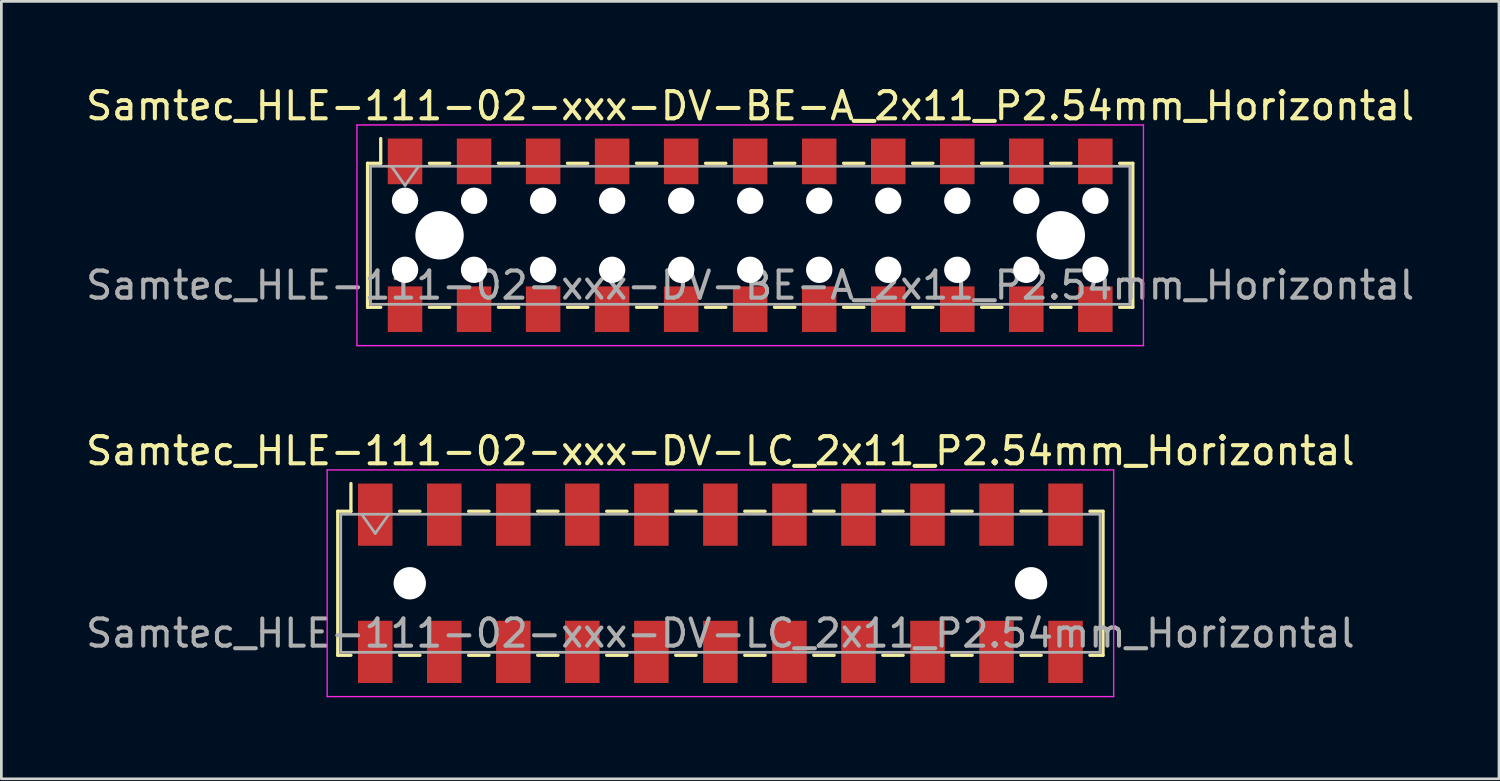
<source format=kicad_pcb>
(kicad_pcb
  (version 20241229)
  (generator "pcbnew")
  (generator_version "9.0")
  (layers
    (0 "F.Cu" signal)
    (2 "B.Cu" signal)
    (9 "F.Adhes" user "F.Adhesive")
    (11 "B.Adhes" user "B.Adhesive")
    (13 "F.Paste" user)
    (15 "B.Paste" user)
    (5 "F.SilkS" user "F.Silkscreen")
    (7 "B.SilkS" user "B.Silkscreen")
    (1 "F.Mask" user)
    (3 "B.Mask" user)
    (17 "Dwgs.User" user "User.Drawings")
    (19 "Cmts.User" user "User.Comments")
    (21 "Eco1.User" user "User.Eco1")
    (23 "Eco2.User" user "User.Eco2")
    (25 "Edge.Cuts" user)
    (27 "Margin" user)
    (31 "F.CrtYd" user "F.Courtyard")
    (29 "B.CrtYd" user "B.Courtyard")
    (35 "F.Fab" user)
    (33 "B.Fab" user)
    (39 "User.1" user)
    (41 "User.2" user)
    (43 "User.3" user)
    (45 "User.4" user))
  (footprint "Samtec_HLE-111-02-xxx-DV-BE-A_2x11_P2.54mm_Horizontal"
    (layer "F.Cu")
    (at 24.554 5.608)
    (property "Reference" "Samtec_HLE-111-02-xxx-DV-BE-A_2x11_P2.54mm_Horizontal" (at 0 -4.76 0) (layer "F.SilkS") (effects (font (size 1 1) (thickness 0.15))))
    (attr smd)
    (fp_line (start -14.08 -2.65) (end -14.08 2.65) (stroke (width 0.12) (type solid)) (layer "F.SilkS"))
    (fp_line (start -14.08 2.65) (end -13.595 2.65) (stroke (width 0.12) (type solid)) (layer "F.SilkS"))
    (fp_line (start -13.595 -3.56) (end -13.595 -2.65) (stroke (width 0.12) (type solid)) (layer "F.SilkS"))
    (fp_line (start -13.595 -2.65) (end -14.08 -2.65) (stroke (width 0.12) (type solid)) (layer "F.SilkS"))
    (fp_line (start -11.805 -2.65) (end -11.055 -2.65) (stroke (width 0.12) (type solid)) (layer "F.SilkS"))
    (fp_line (start -11.805 2.65) (end -11.055 2.65) (stroke (width 0.12) (type solid)) (layer "F.SilkS"))
    (fp_line (start -9.265 -2.65) (end -8.515 -2.65) (stroke (width 0.12) (type solid)) (layer "F.SilkS"))
    (fp_line (start -9.265 2.65) (end -8.515 2.65) (stroke (width 0.12) (type solid)) (layer "F.SilkS"))
    (fp_line (start -6.725 -2.65) (end -5.975 -2.65) (stroke (width 0.12) (type solid)) (layer "F.SilkS"))
    (fp_line (start -6.725 2.65) (end -5.975 2.65) (stroke (width 0.12) (type solid)) (layer "F.SilkS"))
    (fp_line (start -4.185 -2.65) (end -3.435 -2.65) (stroke (width 0.12) (type solid)) (layer "F.SilkS"))
    (fp_line (start -4.185 2.65) (end -3.435 2.65) (stroke (width 0.12) (type solid)) (layer "F.SilkS"))
    (fp_line (start -1.645 -2.65) (end -0.895 -2.65) (stroke (width 0.12) (type solid)) (layer "F.SilkS"))
    (fp_line (start -1.645 2.65) (end -0.895 2.65) (stroke (width 0.12) (type solid)) (layer "F.SilkS"))
    (fp_line (start 0.895 -2.65) (end 1.645 -2.65) (stroke (width 0.12) (type solid)) (layer "F.SilkS"))
    (fp_line (start 0.895 2.65) (end 1.645 2.65) (stroke (width 0.12) (type solid)) (layer "F.SilkS"))
    (fp_line (start 3.435 -2.65) (end 4.185 -2.65) (stroke (width 0.12) (type solid)) (layer "F.SilkS"))
    (fp_line (start 3.435 2.65) (end 4.185 2.65) (stroke (width 0.12) (type solid)) (layer "F.SilkS"))
    (fp_line (start 5.975 -2.65) (end 6.725 -2.65) (stroke (width 0.12) (type solid)) (layer "F.SilkS"))
    (fp_line (start 5.975 2.65) (end 6.725 2.65) (stroke (width 0.12) (type solid)) (layer "F.SilkS"))
    (fp_line (start 8.515 -2.65) (end 9.265 -2.65) (stroke (width 0.12) (type solid)) (layer "F.SilkS"))
    (fp_line (start 8.515 2.65) (end 9.265 2.65) (stroke (width 0.12) (type solid)) (layer "F.SilkS"))
    (fp_line (start 11.055 -2.65) (end 11.805 -2.65) (stroke (width 0.12) (type solid)) (layer "F.SilkS"))
    (fp_line (start 11.055 2.65) (end 11.805 2.65) (stroke (width 0.12) (type solid)) (layer "F.SilkS"))
    (fp_line (start 13.595 -2.65) (end 14.08 -2.65) (stroke (width 0.12) (type solid)) (layer "F.SilkS"))
    (fp_line (start 14.08 -2.65) (end 14.08 2.65) (stroke (width 0.12) (type solid)) (layer "F.SilkS"))
    (fp_line (start 14.08 2.65) (end 13.595 2.65) (stroke (width 0.12) (type solid)) (layer "F.SilkS"))
    (fp_line (start -14.47 -4.06) (end 14.47 -4.06) (stroke (width 0.05) (type solid)) (layer "F.CrtYd"))
    (fp_line (start -14.47 4.06) (end -14.47 -4.06) (stroke (width 0.05) (type solid)) (layer "F.CrtYd"))
    (fp_line (start 14.47 -4.06) (end 14.47 4.06) (stroke (width 0.05) (type solid)) (layer "F.CrtYd"))
    (fp_line (start 14.47 4.06) (end -14.47 4.06) (stroke (width 0.05) (type solid)) (layer "F.CrtYd"))
    (fp_line (start -13.97 -2.54) (end 13.97 -2.54) (stroke (width 0.1) (type solid)) (layer "F.Fab"))
    (fp_line (start -13.97 2.54) (end -13.97 -2.54) (stroke (width 0.1) (type solid)) (layer "F.Fab"))
    (fp_line (start -13.2 -2.54) (end -12.7 -1.833) (stroke (width 0.1) (type solid)) (layer "F.Fab"))
    (fp_line (start -12.7 -1.833) (end -12.2 -2.54) (stroke (width 0.1) (type solid)) (layer "F.Fab"))
    (fp_line (start 13.97 -2.54) (end 13.97 2.54) (stroke (width 0.1) (type solid)) (layer "F.Fab"))
    (fp_line (start 13.97 2.54) (end -13.97 2.54) (stroke (width 0.1) (type solid)) (layer "F.Fab"))
    (fp_text user "${REFERENCE}" (at 0 1.84 0) (layer "F.Fab") (effects (font (size 1 1) (thickness 0.15))))
    (pad "" np_thru_hole circle (at -12.7 -1.27) (size 0.97 0.97) (drill 0.97) (layers "*.Cu" "*.Mask"))
    (pad "" np_thru_hole circle (at -12.7 1.27) (size 0.97 0.97) (drill 0.97) (layers "*.Cu" "*.Mask"))
    (pad "" np_thru_hole circle (at -11.43 0) (size 1.78 1.78) (drill 1.78) (layers "*.Cu" "*.Mask"))
    (pad "" np_thru_hole circle (at -10.16 -1.27) (size 0.97 0.97) (drill 0.97) (layers "*.Cu" "*.Mask"))
    (pad "" np_thru_hole circle (at -10.16 1.27) (size 0.97 0.97) (drill 0.97) (layers "*.Cu" "*.Mask"))
    (pad "" np_thru_hole circle (at -7.62 -1.27) (size 0.97 0.97) (drill 0.97) (layers "*.Cu" "*.Mask"))
    (pad "" np_thru_hole circle (at -7.62 1.27) (size 0.97 0.97) (drill 0.97) (layers "*.Cu" "*.Mask"))
    (pad "" np_thru_hole circle (at -5.08 -1.27) (size 0.97 0.97) (drill 0.97) (layers "*.Cu" "*.Mask"))
    (pad "" np_thru_hole circle (at -5.08 1.27) (size 0.97 0.97) (drill 0.97) (layers "*.Cu" "*.Mask"))
    (pad "" np_thru_hole circle (at -2.54 -1.27) (size 0.97 0.97) (drill 0.97) (layers "*.Cu" "*.Mask"))
    (pad "" np_thru_hole circle (at -2.54 1.27) (size 0.97 0.97) (drill 0.97) (layers "*.Cu" "*.Mask"))
    (pad "" np_thru_hole circle (at 0 -1.27) (size 0.97 0.97) (drill 0.97) (layers "*.Cu" "*.Mask"))
    (pad "" np_thru_hole circle (at 0 1.27) (size 0.97 0.97) (drill 0.97) (layers "*.Cu" "*.Mask"))
    (pad "" np_thru_hole circle (at 2.54 -1.27) (size 0.97 0.97) (drill 0.97) (layers "*.Cu" "*.Mask"))
    (pad "" np_thru_hole circle (at 2.54 1.27) (size 0.97 0.97) (drill 0.97) (layers "*.Cu" "*.Mask"))
    (pad "" np_thru_hole circle (at 5.08 -1.27) (size 0.97 0.97) (drill 0.97) (layers "*.Cu" "*.Mask"))
    (pad "" np_thru_hole circle (at 5.08 1.27) (size 0.97 0.97) (drill 0.97) (layers "*.Cu" "*.Mask"))
    (pad "" np_thru_hole circle (at 7.62 -1.27) (size 0.97 0.97) (drill 0.97) (layers "*.Cu" "*.Mask"))
    (pad "" np_thru_hole circle (at 7.62 1.27) (size 0.97 0.97) (drill 0.97) (layers "*.Cu" "*.Mask"))
    (pad "" np_thru_hole circle (at 10.16 -1.27) (size 0.97 0.97) (drill 0.97) (layers "*.Cu" "*.Mask"))
    (pad "" np_thru_hole circle (at 10.16 1.27) (size 0.97 0.97) (drill 0.97) (layers "*.Cu" "*.Mask"))
    (pad "" np_thru_hole circle (at 11.43 0) (size 1.78 1.78) (drill 1.78) (layers "*.Cu" "*.Mask"))
    (pad "" np_thru_hole circle (at 12.7 -1.27) (size 0.97 0.97) (drill 0.97) (layers "*.Cu" "*.Mask"))
    (pad "" np_thru_hole circle (at 12.7 1.27) (size 0.97 0.97) (drill 0.97) (layers "*.Cu" "*.Mask"))
    (pad "1" smd rect (at -12.7 -2.72) (size 1.27 1.68) (layers "F.Cu" "F.Mask" "F.Paste"))
    (pad "2" smd rect (at -12.7 2.72) (size 1.27 1.68) (layers "F.Cu" "F.Mask" "F.Paste"))
    (pad "3" smd rect (at -10.16 -2.72) (size 1.27 1.68) (layers "F.Cu" "F.Mask" "F.Paste"))
    (pad "4" smd rect (at -10.16 2.72) (size 1.27 1.68) (layers "F.Cu" "F.Mask" "F.Paste"))
    (pad "5" smd rect (at -7.62 -2.72) (size 1.27 1.68) (layers "F.Cu" "F.Mask" "F.Paste"))
    (pad "6" smd rect (at -7.62 2.72) (size 1.27 1.68) (layers "F.Cu" "F.Mask" "F.Paste"))
    (pad "7" smd rect (at -5.08 -2.72) (size 1.27 1.68) (layers "F.Cu" "F.Mask" "F.Paste"))
    (pad "8" smd rect (at -5.08 2.72) (size 1.27 1.68) (layers "F.Cu" "F.Mask" "F.Paste"))
    (pad "9" smd rect (at -2.54 -2.72) (size 1.27 1.68) (layers "F.Cu" "F.Mask" "F.Paste"))
    (pad "10" smd rect (at -2.54 2.72) (size 1.27 1.68) (layers "F.Cu" "F.Mask" "F.Paste"))
    (pad "11" smd rect (at 0 -2.72) (size 1.27 1.68) (layers "F.Cu" "F.Mask" "F.Paste"))
    (pad "12" smd rect (at 0 2.72) (size 1.27 1.68) (layers "F.Cu" "F.Mask" "F.Paste"))
    (pad "13" smd rect (at 2.54 -2.72) (size 1.27 1.68) (layers "F.Cu" "F.Mask" "F.Paste"))
    (pad "14" smd rect (at 2.54 2.72) (size 1.27 1.68) (layers "F.Cu" "F.Mask" "F.Paste"))
    (pad "15" smd rect (at 5.08 -2.72) (size 1.27 1.68) (layers "F.Cu" "F.Mask" "F.Paste"))
    (pad "16" smd rect (at 5.08 2.72) (size 1.27 1.68) (layers "F.Cu" "F.Mask" "F.Paste"))
    (pad "17" smd rect (at 7.62 -2.72) (size 1.27 1.68) (layers "F.Cu" "F.Mask" "F.Paste"))
    (pad "18" smd rect (at 7.62 2.72) (size 1.27 1.68) (layers "F.Cu" "F.Mask" "F.Paste"))
    (pad "19" smd rect (at 10.16 -2.72) (size 1.27 1.68) (layers "F.Cu" "F.Mask" "F.Paste"))
    (pad "20" smd rect (at 10.16 2.72) (size 1.27 1.68) (layers "F.Cu" "F.Mask" "F.Paste"))
    (pad "21" smd rect (at 12.7 -2.72) (size 1.27 1.68) (layers "F.Cu" "F.Mask" "F.Paste"))
    (pad "22" smd rect (at 12.7 2.72) (size 1.27 1.68) (layers "F.Cu" "F.Mask" "F.Paste")))
  (footprint "Samtec_HLE-111-02-xxx-DV-LC_2x11_P2.54mm_Horizontal"
    (layer "F.Cu")
    (at 23.458 18.412)
    (property "Reference" "Samtec_HLE-111-02-xxx-DV-LC_2x11_P2.54mm_Horizontal" (at 0 -4.87 0) (layer "F.SilkS") (effects (font (size 1 1) (thickness 0.15))))
    (attr smd)
    (fp_line (start -14.08 -2.65) (end -14.08 2.65) (stroke (width 0.12) (type solid)) (layer "F.SilkS"))
    (fp_line (start -14.08 2.65) (end -13.595 2.65) (stroke (width 0.12) (type solid)) (layer "F.SilkS"))
    (fp_line (start -13.595 -3.67) (end -13.595 -2.65) (stroke (width 0.12) (type solid)) (layer "F.SilkS"))
    (fp_line (start -13.595 -2.65) (end -14.08 -2.65) (stroke (width 0.12) (type solid)) (layer "F.SilkS"))
    (fp_line (start -11.805 -2.65) (end -11.055 -2.65) (stroke (width 0.12) (type solid)) (layer "F.SilkS"))
    (fp_line (start -11.805 2.65) (end -11.055 2.65) (stroke (width 0.12) (type solid)) (layer "F.SilkS"))
    (fp_line (start -9.265 -2.65) (end -8.515 -2.65) (stroke (width 0.12) (type solid)) (layer "F.SilkS"))
    (fp_line (start -9.265 2.65) (end -8.515 2.65) (stroke (width 0.12) (type solid)) (layer "F.SilkS"))
    (fp_line (start -6.725 -2.65) (end -5.975 -2.65) (stroke (width 0.12) (type solid)) (layer "F.SilkS"))
    (fp_line (start -6.725 2.65) (end -5.975 2.65) (stroke (width 0.12) (type solid)) (layer "F.SilkS"))
    (fp_line (start -4.185 -2.65) (end -3.435 -2.65) (stroke (width 0.12) (type solid)) (layer "F.SilkS"))
    (fp_line (start -4.185 2.65) (end -3.435 2.65) (stroke (width 0.12) (type solid)) (layer "F.SilkS"))
    (fp_line (start -1.645 -2.65) (end -0.895 -2.65) (stroke (width 0.12) (type solid)) (layer "F.SilkS"))
    (fp_line (start -1.645 2.65) (end -0.895 2.65) (stroke (width 0.12) (type solid)) (layer "F.SilkS"))
    (fp_line (start 0.895 -2.65) (end 1.645 -2.65) (stroke (width 0.12) (type solid)) (layer "F.SilkS"))
    (fp_line (start 0.895 2.65) (end 1.645 2.65) (stroke (width 0.12) (type solid)) (layer "F.SilkS"))
    (fp_line (start 3.435 -2.65) (end 4.185 -2.65) (stroke (width 0.12) (type solid)) (layer "F.SilkS"))
    (fp_line (start 3.435 2.65) (end 4.185 2.65) (stroke (width 0.12) (type solid)) (layer "F.SilkS"))
    (fp_line (start 5.975 -2.65) (end 6.725 -2.65) (stroke (width 0.12) (type solid)) (layer "F.SilkS"))
    (fp_line (start 5.975 2.65) (end 6.725 2.65) (stroke (width 0.12) (type solid)) (layer "F.SilkS"))
    (fp_line (start 8.515 -2.65) (end 9.265 -2.65) (stroke (width 0.12) (type solid)) (layer "F.SilkS"))
    (fp_line (start 8.515 2.65) (end 9.265 2.65) (stroke (width 0.12) (type solid)) (layer "F.SilkS"))
    (fp_line (start 11.055 -2.65) (end 11.805 -2.65) (stroke (width 0.12) (type solid)) (layer "F.SilkS"))
    (fp_line (start 11.055 2.65) (end 11.805 2.65) (stroke (width 0.12) (type solid)) (layer "F.SilkS"))
    (fp_line (start 13.595 -2.65) (end 14.08 -2.65) (stroke (width 0.12) (type solid)) (layer "F.SilkS"))
    (fp_line (start 14.08 -2.65) (end 14.08 2.65) (stroke (width 0.12) (type solid)) (layer "F.SilkS"))
    (fp_line (start 14.08 2.65) (end 13.595 2.65) (stroke (width 0.12) (type solid)) (layer "F.SilkS"))
    (fp_line (start -14.47 -4.17) (end 14.47 -4.17) (stroke (width 0.05) (type solid)) (layer "F.CrtYd"))
    (fp_line (start -14.47 4.17) (end -14.47 -4.17) (stroke (width 0.05) (type solid)) (layer "F.CrtYd"))
    (fp_line (start 14.47 -4.17) (end 14.47 4.17) (stroke (width 0.05) (type solid)) (layer "F.CrtYd"))
    (fp_line (start 14.47 4.17) (end -14.47 4.17) (stroke (width 0.05) (type solid)) (layer "F.CrtYd"))
    (fp_line (start -13.97 -2.54) (end 13.97 -2.54) (stroke (width 0.1) (type solid)) (layer "F.Fab"))
    (fp_line (start -13.97 2.54) (end -13.97 -2.54) (stroke (width 0.1) (type solid)) (layer "F.Fab"))
    (fp_line (start -13.2 -2.54) (end -12.7 -1.833) (stroke (width 0.1) (type solid)) (layer "F.Fab"))
    (fp_line (start -12.7 -1.833) (end -12.2 -2.54) (stroke (width 0.1) (type solid)) (layer "F.Fab"))
    (fp_line (start 13.97 -2.54) (end 13.97 2.54) (stroke (width 0.1) (type solid)) (layer "F.Fab"))
    (fp_line (start 13.97 2.54) (end -13.97 2.54) (stroke (width 0.1) (type solid)) (layer "F.Fab"))
    (fp_text user "${REFERENCE}" (at 0 1.84 0) (layer "F.Fab") (effects (font (size 1 1) (thickness 0.15))))
    (pad "" np_thru_hole circle (at -11.43 0) (size 1.19 1.19) (drill 1.19) (layers "*.Cu" "*.Mask"))
    (pad "" np_thru_hole circle (at 11.43 0) (size 1.19 1.19) (drill 1.19) (layers "*.Cu" "*.Mask"))
    (pad "1" smd rect (at -12.7 -2.525) (size 1.27 2.29) (layers "F.Cu" "F.Mask" "F.Paste"))
    (pad "2" smd rect (at -12.7 2.525) (size 1.27 2.29) (layers "F.Cu" "F.Mask" "F.Paste"))
    (pad "3" smd rect (at -10.16 -2.525) (size 1.27 2.29) (layers "F.Cu" "F.Mask" "F.Paste"))
    (pad "4" smd rect (at -10.16 2.525) (size 1.27 2.29) (layers "F.Cu" "F.Mask" "F.Paste"))
    (pad "5" smd rect (at -7.62 -2.525) (size 1.27 2.29) (layers "F.Cu" "F.Mask" "F.Paste"))
    (pad "6" smd rect (at -7.62 2.525) (size 1.27 2.29) (layers "F.Cu" "F.Mask" "F.Paste"))
    (pad "7" smd rect (at -5.08 -2.525) (size 1.27 2.29) (layers "F.Cu" "F.Mask" "F.Paste"))
    (pad "8" smd rect (at -5.08 2.525) (size 1.27 2.29) (layers "F.Cu" "F.Mask" "F.Paste"))
    (pad "9" smd rect (at -2.54 -2.525) (size 1.27 2.29) (layers "F.Cu" "F.Mask" "F.Paste"))
    (pad "10" smd rect (at -2.54 2.525) (size 1.27 2.29) (layers "F.Cu" "F.Mask" "F.Paste"))
    (pad "11" smd rect (at 0 -2.525) (size 1.27 2.29) (layers "F.Cu" "F.Mask" "F.Paste"))
    (pad "12" smd rect (at 0 2.525) (size 1.27 2.29) (layers "F.Cu" "F.Mask" "F.Paste"))
    (pad "13" smd rect (at 2.54 -2.525) (size 1.27 2.29) (layers "F.Cu" "F.Mask" "F.Paste"))
    (pad "14" smd rect (at 2.54 2.525) (size 1.27 2.29) (layers "F.Cu" "F.Mask" "F.Paste"))
    (pad "15" smd rect (at 5.08 -2.525) (size 1.27 2.29) (layers "F.Cu" "F.Mask" "F.Paste"))
    (pad "16" smd rect (at 5.08 2.525) (size 1.27 2.29) (layers "F.Cu" "F.Mask" "F.Paste"))
    (pad "17" smd rect (at 7.62 -2.525) (size 1.27 2.29) (layers "F.Cu" "F.Mask" "F.Paste"))
    (pad "18" smd rect (at 7.62 2.525) (size 1.27 2.29) (layers "F.Cu" "F.Mask" "F.Paste"))
    (pad "19" smd rect (at 10.16 -2.525) (size 1.27 2.29) (layers "F.Cu" "F.Mask" "F.Paste"))
    (pad "20" smd rect (at 10.16 2.525) (size 1.27 2.29) (layers "F.Cu" "F.Mask" "F.Paste"))
    (pad "21" smd rect (at 12.7 -2.525) (size 1.27 2.29) (layers "F.Cu" "F.Mask" "F.Paste"))
    (pad "22" smd rect (at 12.7 2.525) (size 1.27 2.29) (layers "F.Cu" "F.Mask" "F.Paste")))
  (gr_rect
    (start -3 -3)
    (end 52.107 25.607)
    (stroke (width 0.1) (type default))
    (fill no)
    (layer "Edge.Cuts")))
</source>
